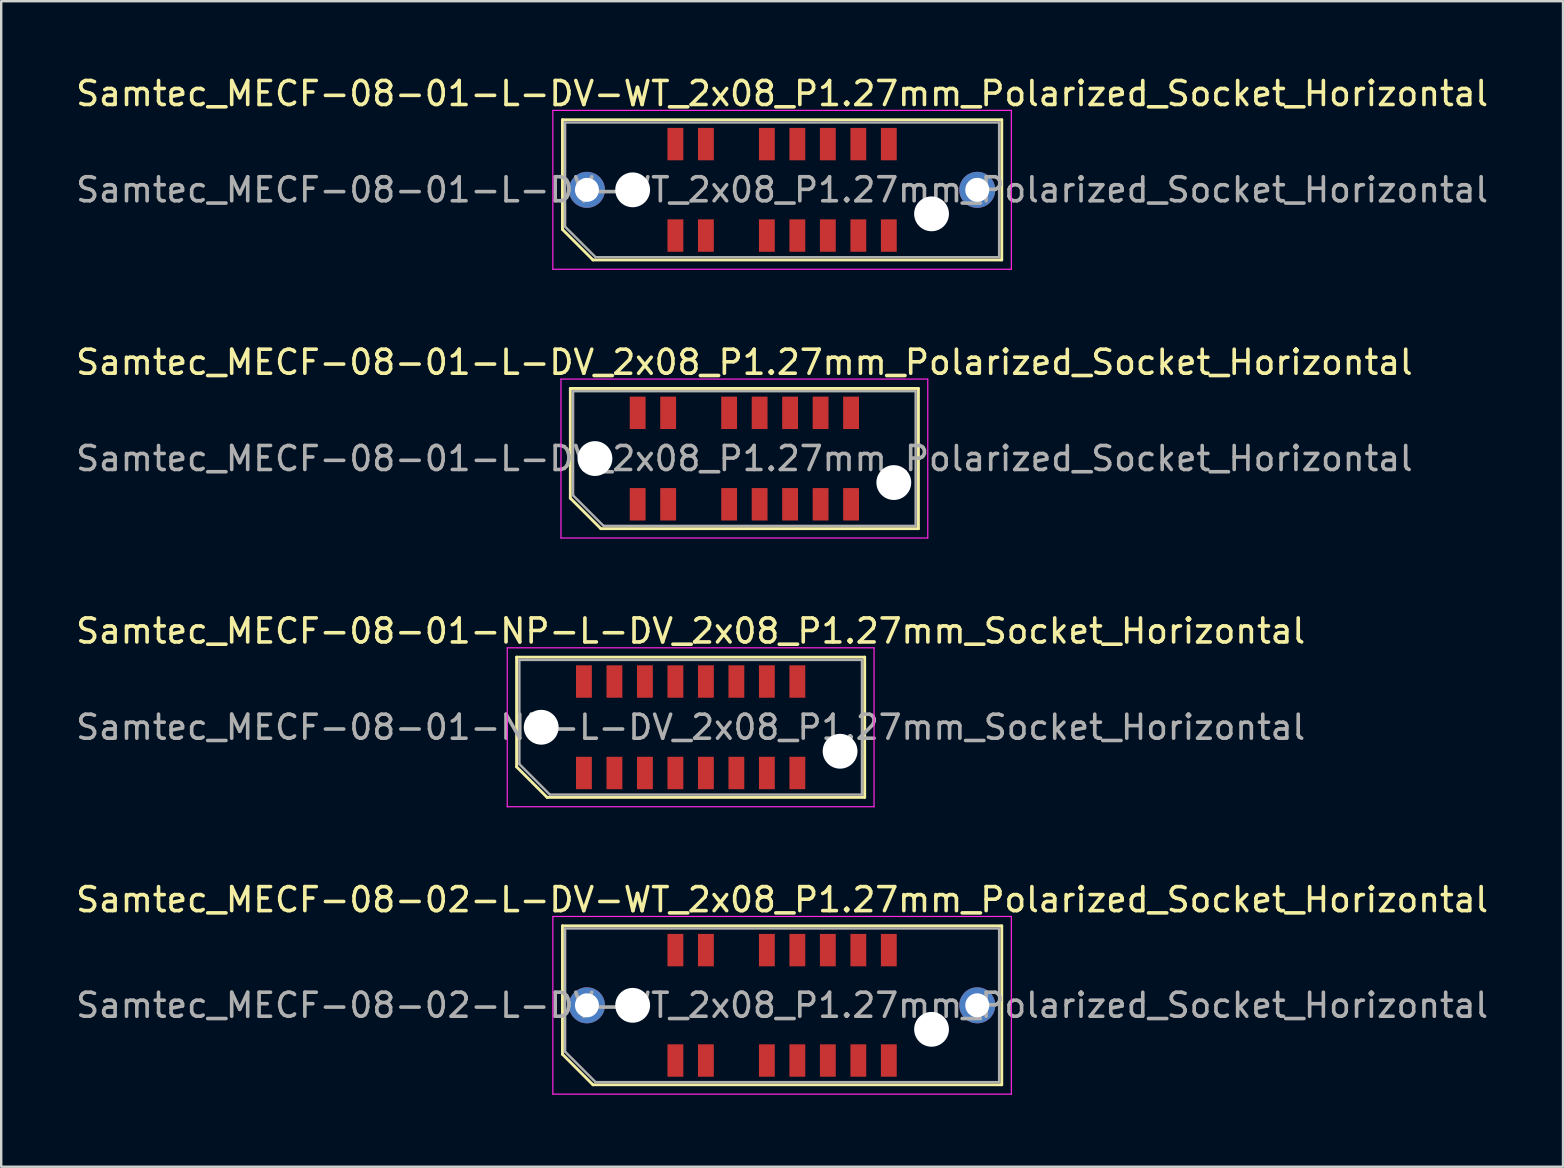
<source format=kicad_pcb>
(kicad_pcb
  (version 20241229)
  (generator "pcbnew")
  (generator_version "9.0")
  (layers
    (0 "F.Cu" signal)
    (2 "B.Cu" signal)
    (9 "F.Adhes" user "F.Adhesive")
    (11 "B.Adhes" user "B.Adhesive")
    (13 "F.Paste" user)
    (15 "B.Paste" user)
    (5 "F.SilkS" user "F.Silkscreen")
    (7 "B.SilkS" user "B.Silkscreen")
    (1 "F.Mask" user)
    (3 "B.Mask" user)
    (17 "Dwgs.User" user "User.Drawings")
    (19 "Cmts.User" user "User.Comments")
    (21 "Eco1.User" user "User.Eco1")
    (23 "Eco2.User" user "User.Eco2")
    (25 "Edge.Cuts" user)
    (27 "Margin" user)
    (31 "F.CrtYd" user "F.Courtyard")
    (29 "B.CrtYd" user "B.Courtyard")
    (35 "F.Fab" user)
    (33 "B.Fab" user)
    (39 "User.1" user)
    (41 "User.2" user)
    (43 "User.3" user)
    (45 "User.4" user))
  (footprint "Samtec_MECF-08-01-L-DV_2x08_P1.27mm_Polarized_Socket_Horizontal"
    (layer "F.Cu")
    (at 27.958 16.052)
    (property "Reference" "Samtec_MECF-08-01-L-DV_2x08_P1.27mm_Polarized_Socket_Horizontal" (at 0 -4.01 0) (layer "F.SilkS") (effects (font (size 1 1) (thickness 0.15))))
    (attr smd)
    (fp_line (start -7.25 -2.92) (end 7.25 -2.92) (stroke (width 0.12) (type solid)) (layer "F.SilkS"))
    (fp_line (start -7.25 1.65) (end -7.25 -2.92) (stroke (width 0.12) (type solid)) (layer "F.SilkS"))
    (fp_line (start -5.98 2.92) (end -7.25 1.65) (stroke (width 0.12) (type solid)) (layer "F.SilkS"))
    (fp_line (start -5.98 2.92) (end 7.25 2.92) (stroke (width 0.12) (type solid)) (layer "F.SilkS"))
    (fp_line (start 7.25 2.92) (end 7.25 -2.92) (stroke (width 0.12) (type solid)) (layer "F.SilkS"))
    (fp_line (start -7.64 -3.31) (end -7.64 3.31) (stroke (width 0.05) (type solid)) (layer "F.CrtYd"))
    (fp_line (start -7.64 3.31) (end 7.64 3.31) (stroke (width 0.05) (type solid)) (layer "F.CrtYd"))
    (fp_line (start 7.64 -3.31) (end -7.64 -3.31) (stroke (width 0.05) (type solid)) (layer "F.CrtYd"))
    (fp_line (start 7.64 3.31) (end 7.64 -3.31) (stroke (width 0.05) (type solid)) (layer "F.CrtYd"))
    (fp_line (start -7.135 -2.805) (end 7.135 -2.805) (stroke (width 0.1) (type solid)) (layer "F.Fab"))
    (fp_line (start -7.135 1.535) (end -7.135 -2.805) (stroke (width 0.1) (type solid)) (layer "F.Fab"))
    (fp_line (start -7.135 1.535) (end -5.865 2.805) (stroke (width 0.1) (type solid)) (layer "F.Fab"))
    (fp_line (start -5.865 2.805) (end 7.135 2.805) (stroke (width 0.1) (type solid)) (layer "F.Fab"))
    (fp_line (start 7.135 2.805) (end 7.135 -2.805) (stroke (width 0.1) (type solid)) (layer "F.Fab"))
    (fp_text user "${REFERENCE}" (at 0 0 0) (layer "F.Fab") (effects (font (size 1 1) (thickness 0.15))))
    (pad "" np_thru_hole circle (at -6.225 0) (size 1.45 1.45) (drill 1.45) (layers "*.Cu" "*.Mask"))
    (pad "" np_thru_hole circle (at 6.225 1) (size 1.45 1.45) (drill 1.45) (layers "*.Cu" "*.Mask"))
    (pad "1" smd rect (at -4.445 1.905) (size 0.66 1.35) (layers "F.Cu" "F.Mask" "F.Paste"))
    (pad "2" smd rect (at -4.445 -1.905) (size 0.66 1.35) (layers "F.Cu" "F.Mask" "F.Paste"))
    (pad "3" smd rect (at -3.175 1.905) (size 0.66 1.35) (layers "F.Cu" "F.Mask" "F.Paste"))
    (pad "4" smd rect (at -3.175 -1.905) (size 0.66 1.35) (layers "F.Cu" "F.Mask" "F.Paste"))
    (pad "7" smd rect (at -0.635 1.905) (size 0.66 1.35) (layers "F.Cu" "F.Mask" "F.Paste"))
    (pad "8" smd rect (at -0.635 -1.905) (size 0.66 1.35) (layers "F.Cu" "F.Mask" "F.Paste"))
    (pad "9" smd rect (at 0.635 1.905) (size 0.66 1.35) (layers "F.Cu" "F.Mask" "F.Paste"))
    (pad "10" smd rect (at 0.635 -1.905) (size 0.66 1.35) (layers "F.Cu" "F.Mask" "F.Paste"))
    (pad "11" smd rect (at 1.905 1.905) (size 0.66 1.35) (layers "F.Cu" "F.Mask" "F.Paste"))
    (pad "12" smd rect (at 1.905 -1.905) (size 0.66 1.35) (layers "F.Cu" "F.Mask" "F.Paste"))
    (pad "13" smd rect (at 3.175 1.905) (size 0.66 1.35) (layers "F.Cu" "F.Mask" "F.Paste"))
    (pad "14" smd rect (at 3.175 -1.905) (size 0.66 1.35) (layers "F.Cu" "F.Mask" "F.Paste"))
    (pad "15" smd rect (at 4.445 1.905) (size 0.66 1.35) (layers "F.Cu" "F.Mask" "F.Paste"))
    (pad "16" smd rect (at 4.445 -1.905) (size 0.66 1.35) (layers "F.Cu" "F.Mask" "F.Paste")))
  (footprint "Samtec_MECF-08-01-L-DV-WT_2x08_P1.27mm_Polarized_Socket_Horizontal"
    (layer "F.Cu")
    (at 29.53 4.858)
    (property "Reference" "Samtec_MECF-08-01-L-DV-WT_2x08_P1.27mm_Polarized_Socket_Horizontal" (at 0 -4.01 0) (layer "F.SilkS") (effects (font (size 1 1) (thickness 0.15))))
    (attr smd)
    (fp_line (start -9.15 -2.92) (end 9.15 -2.92) (stroke (width 0.12) (type solid)) (layer "F.SilkS"))
    (fp_line (start -9.15 1.65) (end -9.15 -2.92) (stroke (width 0.12) (type solid)) (layer "F.SilkS"))
    (fp_line (start -7.88 2.92) (end -9.15 1.65) (stroke (width 0.12) (type solid)) (layer "F.SilkS"))
    (fp_line (start -7.88 2.92) (end 9.15 2.92) (stroke (width 0.12) (type solid)) (layer "F.SilkS"))
    (fp_line (start 9.15 2.92) (end 9.15 -2.92) (stroke (width 0.12) (type solid)) (layer "F.SilkS"))
    (fp_line (start -9.55 -3.31) (end -9.55 3.31) (stroke (width 0.05) (type solid)) (layer "F.CrtYd"))
    (fp_line (start -9.55 3.31) (end 9.55 3.31) (stroke (width 0.05) (type solid)) (layer "F.CrtYd"))
    (fp_line (start 9.55 -3.31) (end -9.55 -3.31) (stroke (width 0.05) (type solid)) (layer "F.CrtYd"))
    (fp_line (start 9.55 3.31) (end 9.55 -3.31) (stroke (width 0.05) (type solid)) (layer "F.CrtYd"))
    (fp_line (start -9.04 -2.805) (end 9.04 -2.805) (stroke (width 0.1) (type solid)) (layer "F.Fab"))
    (fp_line (start -9.04 1.535) (end -9.04 -2.805) (stroke (width 0.1) (type solid)) (layer "F.Fab"))
    (fp_line (start -9.04 1.535) (end -7.77 2.805) (stroke (width 0.1) (type solid)) (layer "F.Fab"))
    (fp_line (start -7.77 2.805) (end 9.04 2.805) (stroke (width 0.1) (type solid)) (layer "F.Fab"))
    (fp_line (start 9.04 2.805) (end 9.04 -2.805) (stroke (width 0.1) (type solid)) (layer "F.Fab"))
    (fp_text user "${REFERENCE}" (at 0 0 0) (layer "F.Fab") (effects (font (size 1 1) (thickness 0.15))))
    (pad "" thru_hole circle (at -8.13 0) (size 1.5 1.5) (drill 1) (layers "*.Cu" "*.Mask"))
    (pad "" np_thru_hole circle (at -6.225 0) (size 1.45 1.45) (drill 1.45) (layers "*.Cu" "*.Mask"))
    (pad "" np_thru_hole circle (at 6.225 1) (size 1.45 1.45) (drill 1.45) (layers "*.Cu" "*.Mask"))
    (pad "" thru_hole circle (at 8.13 0) (size 1.5 1.5) (drill 1) (layers "*.Cu" "*.Mask"))
    (pad "1" smd rect (at -4.445 1.905) (size 0.66 1.35) (layers "F.Cu" "F.Mask" "F.Paste"))
    (pad "2" smd rect (at -4.445 -1.905) (size 0.66 1.35) (layers "F.Cu" "F.Mask" "F.Paste"))
    (pad "3" smd rect (at -3.175 1.905) (size 0.66 1.35) (layers "F.Cu" "F.Mask" "F.Paste"))
    (pad "4" smd rect (at -3.175 -1.905) (size 0.66 1.35) (layers "F.Cu" "F.Mask" "F.Paste"))
    (pad "7" smd rect (at -0.635 1.905) (size 0.66 1.35) (layers "F.Cu" "F.Mask" "F.Paste"))
    (pad "8" smd rect (at -0.635 -1.905) (size 0.66 1.35) (layers "F.Cu" "F.Mask" "F.Paste"))
    (pad "9" smd rect (at 0.635 1.905) (size 0.66 1.35) (layers "F.Cu" "F.Mask" "F.Paste"))
    (pad "10" smd rect (at 0.635 -1.905) (size 0.66 1.35) (layers "F.Cu" "F.Mask" "F.Paste"))
    (pad "11" smd rect (at 1.905 1.905) (size 0.66 1.35) (layers "F.Cu" "F.Mask" "F.Paste"))
    (pad "12" smd rect (at 1.905 -1.905) (size 0.66 1.35) (layers "F.Cu" "F.Mask" "F.Paste"))
    (pad "13" smd rect (at 3.175 1.905) (size 0.66 1.35) (layers "F.Cu" "F.Mask" "F.Paste"))
    (pad "14" smd rect (at 3.175 -1.905) (size 0.66 1.35) (layers "F.Cu" "F.Mask" "F.Paste"))
    (pad "15" smd rect (at 4.445 1.905) (size 0.66 1.35) (layers "F.Cu" "F.Mask" "F.Paste"))
    (pad "16" smd rect (at 4.445 -1.905) (size 0.66 1.35) (layers "F.Cu" "F.Mask" "F.Paste")))
  (footprint "Samtec_MECF-08-02-L-DV-WT_2x08_P1.27mm_Polarized_Socket_Horizontal"
    (layer "F.Cu")
    (at 29.53 38.828)
    (property "Reference" "Samtec_MECF-08-02-L-DV-WT_2x08_P1.27mm_Polarized_Socket_Horizontal" (at 0 -4.4 0) (layer "F.SilkS") (effects (font (size 1 1) (thickness 0.15))))
    (attr smd)
    (fp_line (start -9.15 -3.31) (end 9.15 -3.31) (stroke (width 0.12) (type solid)) (layer "F.SilkS"))
    (fp_line (start -9.15 2.04) (end -9.15 -3.31) (stroke (width 0.12) (type solid)) (layer "F.SilkS"))
    (fp_line (start -7.88 3.31) (end -9.15 2.04) (stroke (width 0.12) (type solid)) (layer "F.SilkS"))
    (fp_line (start -7.88 3.31) (end 9.15 3.31) (stroke (width 0.12) (type solid)) (layer "F.SilkS"))
    (fp_line (start 9.15 3.31) (end 9.15 -3.31) (stroke (width 0.12) (type solid)) (layer "F.SilkS"))
    (fp_line (start -9.55 -3.7) (end -9.55 3.7) (stroke (width 0.05) (type solid)) (layer "F.CrtYd"))
    (fp_line (start -9.55 3.7) (end 9.55 3.7) (stroke (width 0.05) (type solid)) (layer "F.CrtYd"))
    (fp_line (start 9.55 -3.7) (end -9.55 -3.7) (stroke (width 0.05) (type solid)) (layer "F.CrtYd"))
    (fp_line (start 9.55 3.7) (end 9.55 -3.7) (stroke (width 0.05) (type solid)) (layer "F.CrtYd"))
    (fp_line (start -9.04 -3.2) (end 9.04 -3.2) (stroke (width 0.1) (type solid)) (layer "F.Fab"))
    (fp_line (start -9.04 1.93) (end -9.04 -3.2) (stroke (width 0.1) (type solid)) (layer "F.Fab"))
    (fp_line (start -9.04 1.93) (end -7.77 3.2) (stroke (width 0.1) (type solid)) (layer "F.Fab"))
    (fp_line (start -7.77 3.2) (end 9.04 3.2) (stroke (width 0.1) (type solid)) (layer "F.Fab"))
    (fp_line (start 9.04 3.2) (end 9.04 -3.2) (stroke (width 0.1) (type solid)) (layer "F.Fab"))
    (fp_text user "${REFERENCE}" (at 0 0 0) (layer "F.Fab") (effects (font (size 1 1) (thickness 0.15))))
    (pad "" thru_hole circle (at -8.13 0) (size 1.5 1.5) (drill 1) (layers "*.Cu" "*.Mask"))
    (pad "" np_thru_hole circle (at -6.225 0) (size 1.45 1.45) (drill 1.45) (layers "*.Cu" "*.Mask"))
    (pad "" np_thru_hole circle (at 6.225 1) (size 1.45 1.45) (drill 1.45) (layers "*.Cu" "*.Mask"))
    (pad "" thru_hole circle (at 8.13 0) (size 1.5 1.5) (drill 1) (layers "*.Cu" "*.Mask"))
    (pad "1" smd rect (at -4.445 2.3) (size 0.66 1.35) (layers "F.Cu" "F.Mask" "F.Paste"))
    (pad "2" smd rect (at -4.445 -2.3) (size 0.66 1.35) (layers "F.Cu" "F.Mask" "F.Paste"))
    (pad "3" smd rect (at -3.175 2.3) (size 0.66 1.35) (layers "F.Cu" "F.Mask" "F.Paste"))
    (pad "4" smd rect (at -3.175 -2.3) (size 0.66 1.35) (layers "F.Cu" "F.Mask" "F.Paste"))
    (pad "7" smd rect (at -0.635 2.3) (size 0.66 1.35) (layers "F.Cu" "F.Mask" "F.Paste"))
    (pad "8" smd rect (at -0.635 -2.3) (size 0.66 1.35) (layers "F.Cu" "F.Mask" "F.Paste"))
    (pad "9" smd rect (at 0.635 2.3) (size 0.66 1.35) (layers "F.Cu" "F.Mask" "F.Paste"))
    (pad "10" smd rect (at 0.635 -2.3) (size 0.66 1.35) (layers "F.Cu" "F.Mask" "F.Paste"))
    (pad "11" smd rect (at 1.905 2.3) (size 0.66 1.35) (layers "F.Cu" "F.Mask" "F.Paste"))
    (pad "12" smd rect (at 1.905 -2.3) (size 0.66 1.35) (layers "F.Cu" "F.Mask" "F.Paste"))
    (pad "13" smd rect (at 3.175 2.3) (size 0.66 1.35) (layers "F.Cu" "F.Mask" "F.Paste"))
    (pad "14" smd rect (at 3.175 -2.3) (size 0.66 1.35) (layers "F.Cu" "F.Mask" "F.Paste"))
    (pad "15" smd rect (at 4.445 2.3) (size 0.66 1.35) (layers "F.Cu" "F.Mask" "F.Paste"))
    (pad "16" smd rect (at 4.445 -2.3) (size 0.66 1.35) (layers "F.Cu" "F.Mask" "F.Paste")))
  (footprint "Samtec_MECF-08-01-NP-L-DV_2x08_P1.27mm_Socket_Horizontal"
    (layer "F.Cu")
    (at 25.72 27.245)
    (property "Reference" "Samtec_MECF-08-01-NP-L-DV_2x08_P1.27mm_Socket_Horizontal" (at 0 -4.01 0) (layer "F.SilkS") (effects (font (size 1 1) (thickness 0.15))))
    (attr smd)
    (fp_line (start -7.25 -2.92) (end 7.25 -2.92) (stroke (width 0.12) (type solid)) (layer "F.SilkS"))
    (fp_line (start -7.25 1.65) (end -7.25 -2.92) (stroke (width 0.12) (type solid)) (layer "F.SilkS"))
    (fp_line (start -5.98 2.92) (end -7.25 1.65) (stroke (width 0.12) (type solid)) (layer "F.SilkS"))
    (fp_line (start -5.98 2.92) (end 7.25 2.92) (stroke (width 0.12) (type solid)) (layer "F.SilkS"))
    (fp_line (start 7.25 2.92) (end 7.25 -2.92) (stroke (width 0.12) (type solid)) (layer "F.SilkS"))
    (fp_line (start -7.64 -3.31) (end -7.64 3.31) (stroke (width 0.05) (type solid)) (layer "F.CrtYd"))
    (fp_line (start -7.64 3.31) (end 7.64 3.31) (stroke (width 0.05) (type solid)) (layer "F.CrtYd"))
    (fp_line (start 7.64 -3.31) (end -7.64 -3.31) (stroke (width 0.05) (type solid)) (layer "F.CrtYd"))
    (fp_line (start 7.64 3.31) (end 7.64 -3.31) (stroke (width 0.05) (type solid)) (layer "F.CrtYd"))
    (fp_line (start -7.135 -2.805) (end 7.135 -2.805) (stroke (width 0.1) (type solid)) (layer "F.Fab"))
    (fp_line (start -7.135 1.535) (end -7.135 -2.805) (stroke (width 0.1) (type solid)) (layer "F.Fab"))
    (fp_line (start -7.135 1.535) (end -5.865 2.805) (stroke (width 0.1) (type solid)) (layer "F.Fab"))
    (fp_line (start -5.865 2.805) (end 7.135 2.805) (stroke (width 0.1) (type solid)) (layer "F.Fab"))
    (fp_line (start 7.135 2.805) (end 7.135 -2.805) (stroke (width 0.1) (type solid)) (layer "F.Fab"))
    (fp_text user "${REFERENCE}" (at 0 0 0) (layer "F.Fab") (effects (font (size 1 1) (thickness 0.15))))
    (pad "" np_thru_hole circle (at -6.225 0) (size 1.45 1.45) (drill 1.45) (layers "*.Cu" "*.Mask"))
    (pad "" np_thru_hole circle (at 6.225 1) (size 1.45 1.45) (drill 1.45) (layers "*.Cu" "*.Mask"))
    (pad "1" smd rect (at -4.445 1.905) (size 0.66 1.35) (layers "F.Cu" "F.Mask" "F.Paste"))
    (pad "2" smd rect (at -4.445 -1.905) (size 0.66 1.35) (layers "F.Cu" "F.Mask" "F.Paste"))
    (pad "3" smd rect (at -3.175 1.905) (size 0.66 1.35) (layers "F.Cu" "F.Mask" "F.Paste"))
    (pad "4" smd rect (at -3.175 -1.905) (size 0.66 1.35) (layers "F.Cu" "F.Mask" "F.Paste"))
    (pad "5" smd rect (at -1.905 1.905) (size 0.66 1.35) (layers "F.Cu" "F.Mask" "F.Paste"))
    (pad "6" smd rect (at -1.905 -1.905) (size 0.66 1.35) (layers "F.Cu" "F.Mask" "F.Paste"))
    (pad "7" smd rect (at -0.635 1.905) (size 0.66 1.35) (layers "F.Cu" "F.Mask" "F.Paste"))
    (pad "8" smd rect (at -0.635 -1.905) (size 0.66 1.35) (layers "F.Cu" "F.Mask" "F.Paste"))
    (pad "9" smd rect (at 0.635 1.905) (size 0.66 1.35) (layers "F.Cu" "F.Mask" "F.Paste"))
    (pad "10" smd rect (at 0.635 -1.905) (size 0.66 1.35) (layers "F.Cu" "F.Mask" "F.Paste"))
    (pad "11" smd rect (at 1.905 1.905) (size 0.66 1.35) (layers "F.Cu" "F.Mask" "F.Paste"))
    (pad "12" smd rect (at 1.905 -1.905) (size 0.66 1.35) (layers "F.Cu" "F.Mask" "F.Paste"))
    (pad "13" smd rect (at 3.175 1.905) (size 0.66 1.35) (layers "F.Cu" "F.Mask" "F.Paste"))
    (pad "14" smd rect (at 3.175 -1.905) (size 0.66 1.35) (layers "F.Cu" "F.Mask" "F.Paste"))
    (pad "15" smd rect (at 4.445 1.905) (size 0.66 1.35) (layers "F.Cu" "F.Mask" "F.Paste"))
    (pad "16" smd rect (at 4.445 -1.905) (size 0.66 1.35) (layers "F.Cu" "F.Mask" "F.Paste")))
  (gr_rect
    (start -3 -3)
    (end 62.06 45.553)
    (stroke (width 0.1) (type default))
    (fill no)
    (layer "Edge.Cuts")))
</source>
